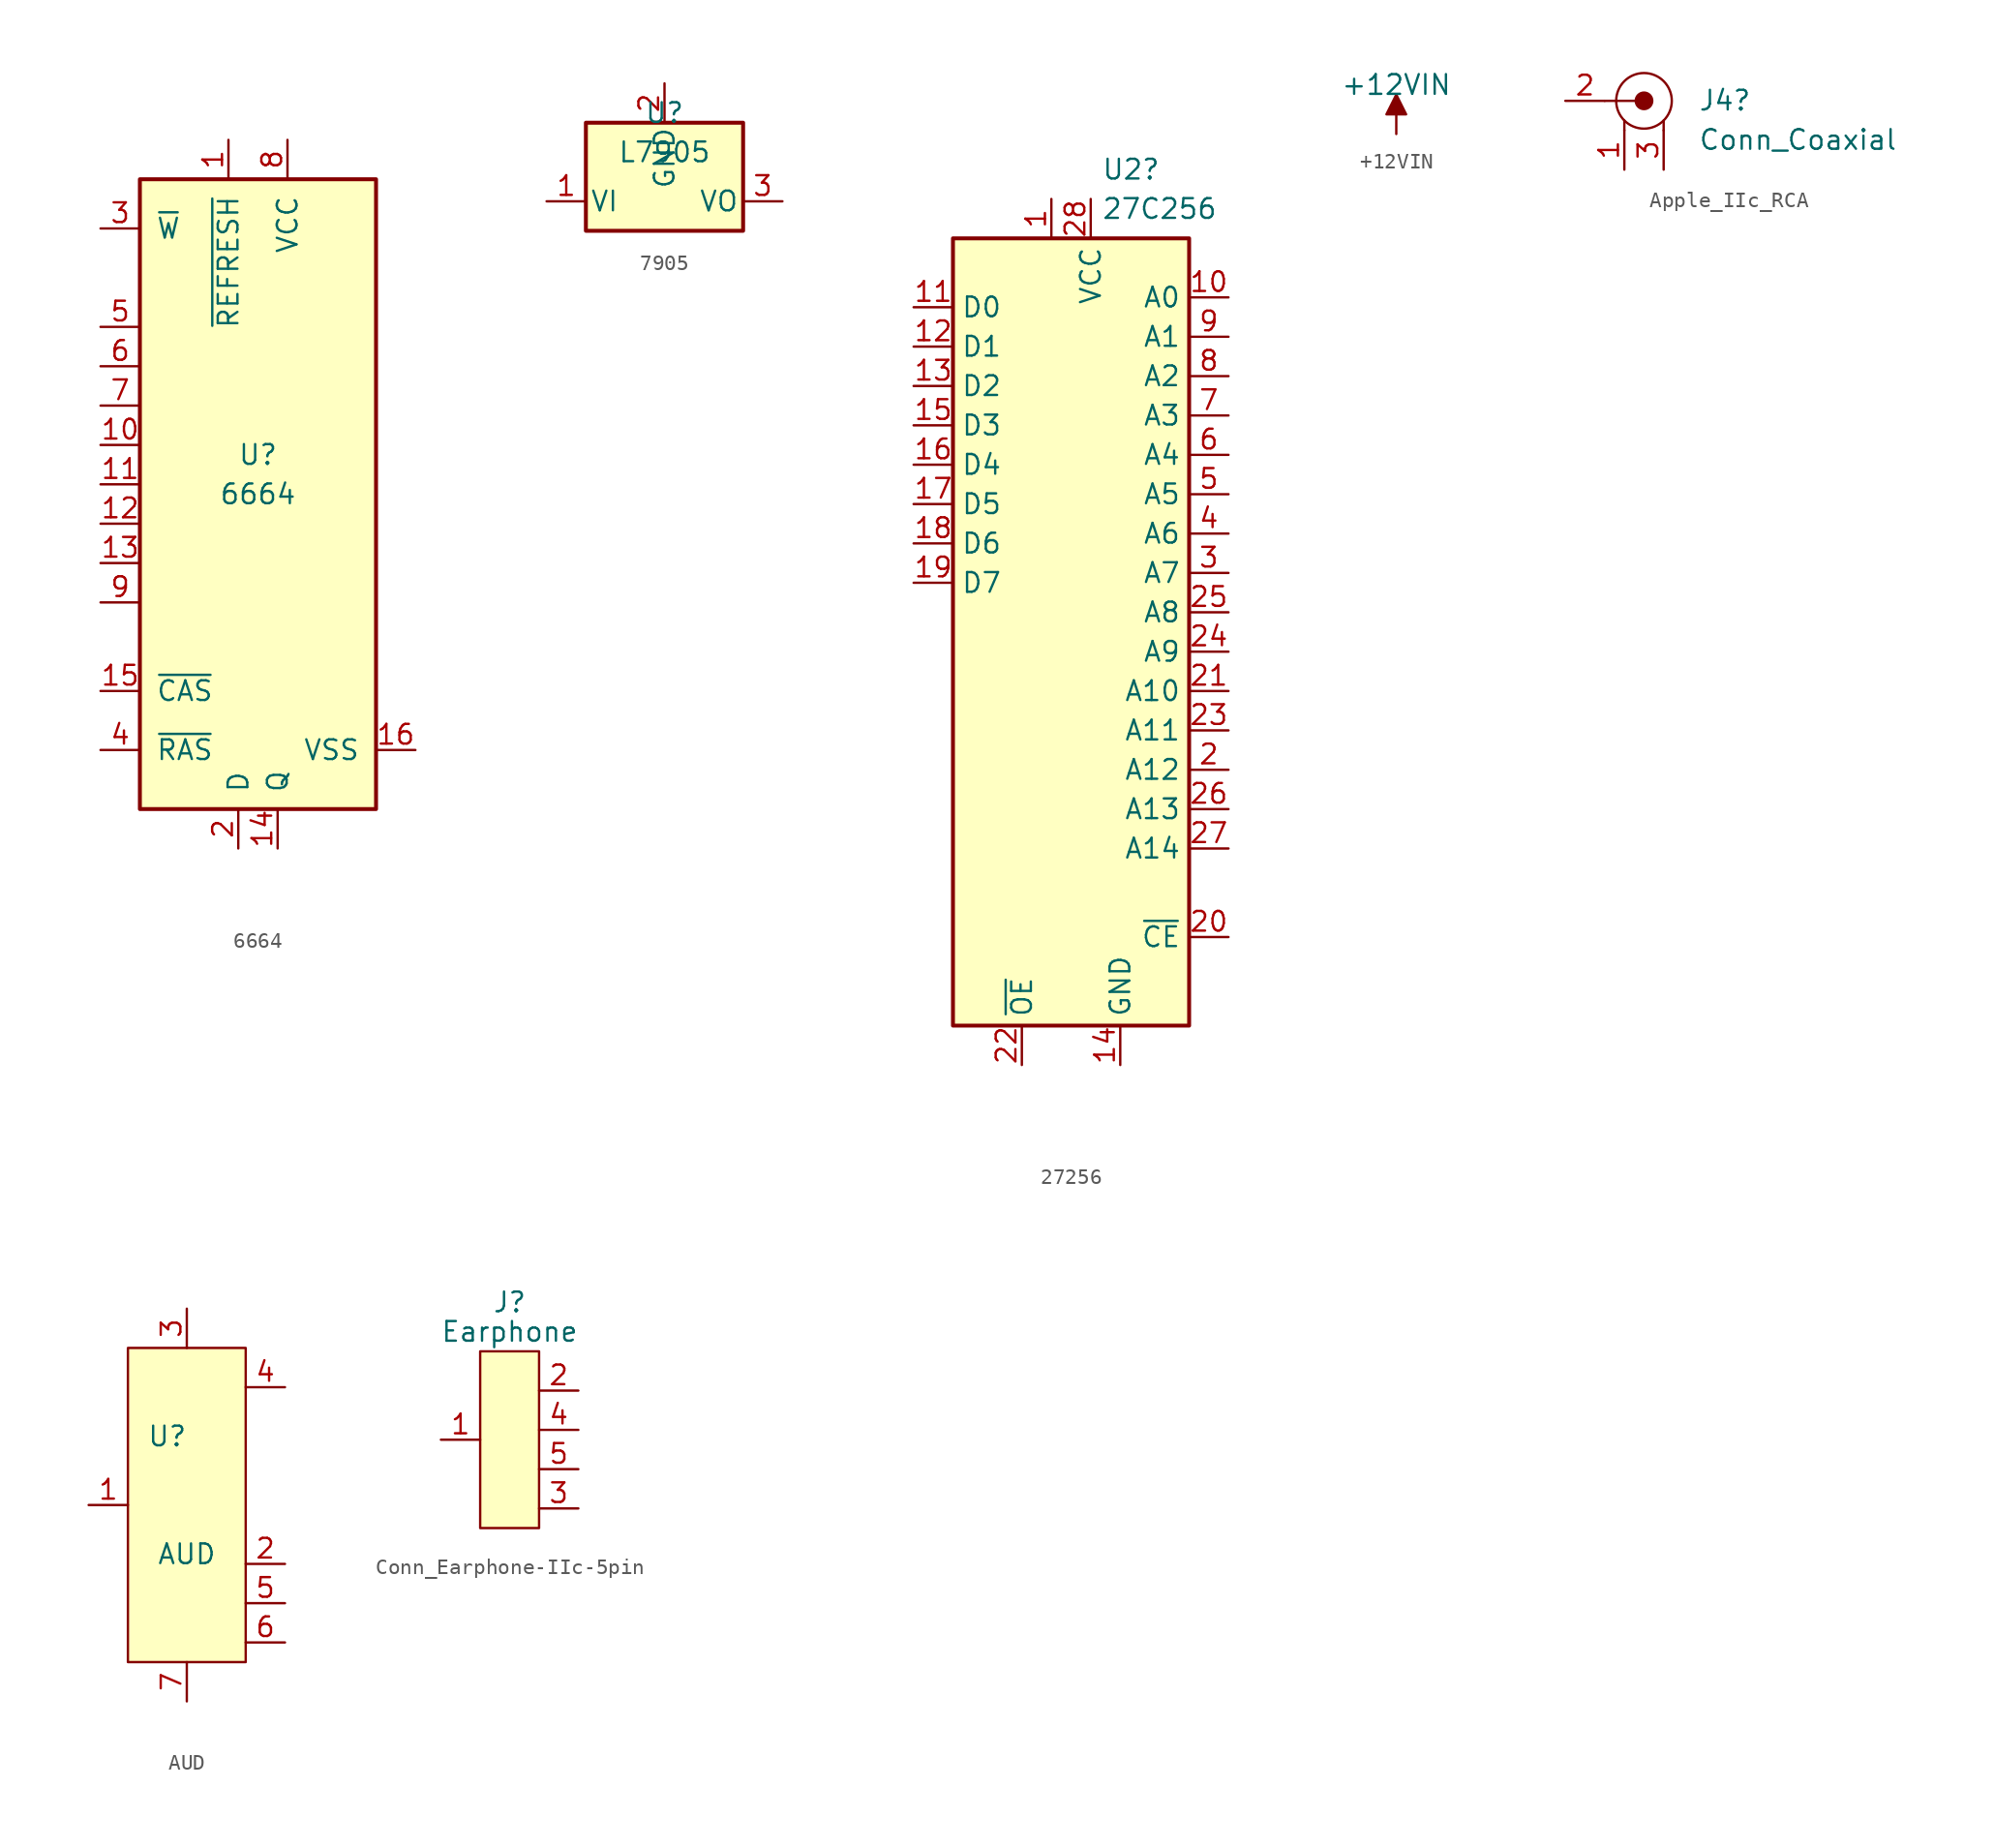
<source format=kicad_sym>
(kicad_symbol_lib
  (version 20220914)
  (generator kicad_symbol_editor)
  (symbol "6664"
    (pin_names
      (offset 1.016))
    (property "Reference" "U"
      (at 0 2.54 0)
      (effects (font (size 1.27 1.27))))
    (property "Value" "6664"
      (at 0 0 0)
      (effects (font (size 1.27 1.27))))
    (symbol "6664_0_1"
      (rectangle (start -7.62 20.32) (end 7.62 -20.32) (stroke (width 0.254) (type solid)) (fill (type background))))
    (symbol "6664_1_1"
      (pin input line (at -1.905 22.86 270) (length 2.54) (name "~{REFRESH}" (effects (font (size 1.27 1.27)))) (number "1" (effects (font (size 1.27 1.27)))))
      (pin input line (at -10.16 3.175 0) (length 2.54) (name "~" (effects (font (size 1.27 1.27)))) (number "10" (effects (font (size 1.27 1.27)))))
      (pin input line (at -10.16 0.635 0) (length 2.54) (name "~" (effects (font (size 1.27 1.27)))) (number "11" (effects (font (size 1.27 1.27)))))
      (pin input line (at -10.16 -1.905 0) (length 2.54) (name "~" (effects (font (size 1.27 1.27)))) (number "12" (effects (font (size 1.27 1.27)))))
      (pin input line (at -10.16 -4.445 0) (length 2.54) (name "~" (effects (font (size 1.27 1.27)))) (number "13" (effects (font (size 1.27 1.27)))))
      (pin input line (at 1.27 -22.86 90) (length 2.54) (name "Q" (effects (font (size 1.27 1.27)))) (number "14" (effects (font (size 1.27 1.27)))))
      (pin input line (at -10.16 -12.7 0) (length 2.54) (name "~{CAS}" (effects (font (size 1.27 1.27)))) (number "15" (effects (font (size 1.27 1.27)))))
      (pin input line (at 10.16 -16.51 180) (length 2.54) (name "VSS" (effects (font (size 1.27 1.27)))) (number "16" (effects (font (size 1.27 1.27)))))
      (pin input line (at -1.27 -22.86 90) (length 2.54) (name "D" (effects (font (size 1.27 1.27)))) (number "2" (effects (font (size 1.27 1.27)))))
      (pin input line (at -10.16 17.145 0) (length 2.54) (name "~{W}" (effects (font (size 1.27 1.27)))) (number "3" (effects (font (size 1.27 1.27)))))
      (pin input line (at -10.16 -16.51 0) (length 2.54) (name "~{RAS}" (effects (font (size 1.27 1.27)))) (number "4" (effects (font (size 1.27 1.27)))))
      (pin input line (at -10.16 10.795 0) (length 2.54) (name "~" (effects (font (size 1.27 1.27)))) (number "5" (effects (font (size 1.27 1.27)))))
      (pin input line (at -10.16 8.255 0) (length 2.54) (name "~" (effects (font (size 1.27 1.27)))) (number "6" (effects (font (size 1.27 1.27)))))
      (pin input line (at -10.16 5.715 0) (length 2.54) (name "~" (effects (font (size 1.27 1.27)))) (number "7" (effects (font (size 1.27 1.27)))))
      (pin input line (at 1.905 22.86 270) (length 2.54) (name "VCC" (effects (font (size 1.27 1.27)))) (number "8" (effects (font (size 1.27 1.27)))))
      (pin input line (at -10.16 -6.985 0) (length 2.54) (name "~" (effects (font (size 1.27 1.27)))) (number "9" (effects (font (size 1.27 1.27)))))))
  (symbol "7905"
    (pin_names
      (offset 0.254))
    (property "Reference" "U"
      (at 0 5.715 0)
      (effects (font (size 1.27 1.27))))
    (property "Value" "L7905"
      (at 0 3.175 0)
      (effects (font (size 1.27 1.27))))
    (symbol "7905_0_1"
      (rectangle (start -5.08 5.08) (end 5.08 -1.905) (stroke (width 0.254) (type default)) (fill (type background))))
    (symbol "7905_1_1"
      (pin power_in line (at -7.62 0 0) (length 2.54) (name "VI" (effects (font (size 1.27 1.27)))) (number "1" (effects (font (size 1.27 1.27)))))
      (pin power_in line (at 0 7.62 270) (length 2.54) (name "GND" (effects (font (size 1.27 1.27)))) (number "2" (effects (font (size 1.27 1.27)))))
      (pin power_out line (at 7.62 0 180) (length 2.54) (name "VO" (effects (font (size 1.27 1.27)))) (number "3" (effects (font (size 1.27 1.27)))))))
  (symbol "27256"
    (property "Reference" "U2"
      (at 1.956 29.845 0)
      (effects (font (size 1.27 1.27)) (justify left)))
    (property "Value" "27C256"
      (at 1.956 27.305 0)
      (effects (font (size 1.27 1.27)) (justify left)))
    (symbol "27256_1_1"
      (rectangle (start -7.62 25.4) (end 7.62 -25.4) (stroke (width 0.254) (type default)) (fill (type background)))
      (pin input line (at -1.27 27.94 270) (length 2.54) (name "" (effects (font (size 1.27 1.27)))) (number "1" (effects (font (size 1.27 1.27)))))
      (pin input line (at 10.16 21.59 180) (length 2.54) (name "A0" (effects (font (size 1.27 1.27)))) (number "10" (effects (font (size 1.27 1.27)))))
      (pin tri_state line (at -10.16 20.955 0) (length 2.54) (name "D0" (effects (font (size 1.27 1.27)))) (number "11" (effects (font (size 1.27 1.27)))))
      (pin tri_state line (at -10.16 18.415 0) (length 2.54) (name "D1" (effects (font (size 1.27 1.27)))) (number "12" (effects (font (size 1.27 1.27)))))
      (pin tri_state line (at -10.16 15.875 0) (length 2.54) (name "D2" (effects (font (size 1.27 1.27)))) (number "13" (effects (font (size 1.27 1.27)))))
      (pin power_in line (at 3.175 -27.94 90) (length 2.54) (name "GND" (effects (font (size 1.27 1.27)))) (number "14" (effects (font (size 1.27 1.27)))))
      (pin tri_state line (at -10.16 13.335 0) (length 2.54) (name "D3" (effects (font (size 1.27 1.27)))) (number "15" (effects (font (size 1.27 1.27)))))
      (pin tri_state line (at -10.16 10.795 0) (length 2.54) (name "D4" (effects (font (size 1.27 1.27)))) (number "16" (effects (font (size 1.27 1.27)))))
      (pin tri_state line (at -10.16 8.255 0) (length 2.54) (name "D5" (effects (font (size 1.27 1.27)))) (number "17" (effects (font (size 1.27 1.27)))))
      (pin tri_state line (at -10.16 5.715 0) (length 2.54) (name "D6" (effects (font (size 1.27 1.27)))) (number "18" (effects (font (size 1.27 1.27)))))
      (pin tri_state line (at -10.16 3.175 0) (length 2.54) (name "D7" (effects (font (size 1.27 1.27)))) (number "19" (effects (font (size 1.27 1.27)))))
      (pin input line (at 10.16 -8.89 180) (length 2.54) (name "A12" (effects (font (size 1.27 1.27)))) (number "2" (effects (font (size 1.27 1.27)))))
      (pin input line (at 10.16 -19.685 180) (length 2.54) (name "~{CE}" (effects (font (size 1.27 1.27)))) (number "20" (effects (font (size 1.27 1.27)))))
      (pin input line (at 10.16 -3.81 180) (length 2.54) (name "A10" (effects (font (size 1.27 1.27)))) (number "21" (effects (font (size 1.27 1.27)))))
      (pin input line (at -3.175 -27.94 90) (length 2.54) (name "~{OE}" (effects (font (size 1.27 1.27)))) (number "22" (effects (font (size 1.27 1.27)))))
      (pin input line (at 10.16 -6.35 180) (length 2.54) (name "A11" (effects (font (size 1.27 1.27)))) (number "23" (effects (font (size 1.27 1.27)))))
      (pin input line (at 10.16 -1.27 180) (length 2.54) (name "A9" (effects (font (size 1.27 1.27)))) (number "24" (effects (font (size 1.27 1.27)))))
      (pin input line (at 10.16 1.27 180) (length 2.54) (name "A8" (effects (font (size 1.27 1.27)))) (number "25" (effects (font (size 1.27 1.27)))))
      (pin input line (at 10.16 -11.43 180) (length 2.54) (name "A13" (effects (font (size 1.27 1.27)))) (number "26" (effects (font (size 1.27 1.27)))))
      (pin input line (at 10.16 -13.97 180) (length 2.54) (name "A14" (effects (font (size 1.27 1.27)))) (number "27" (effects (font (size 1.27 1.27)))))
      (pin power_in line (at 1.27 27.94 270) (length 2.54) (name "VCC" (effects (font (size 1.27 1.27)))) (number "28" (effects (font (size 1.27 1.27)))))
      (pin input line (at 10.16 3.81 180) (length 2.54) (name "A7" (effects (font (size 1.27 1.27)))) (number "3" (effects (font (size 1.27 1.27)))))
      (pin input line (at 10.16 6.35 180) (length 2.54) (name "A6" (effects (font (size 1.27 1.27)))) (number "4" (effects (font (size 1.27 1.27)))))
      (pin input line (at 10.16 8.89 180) (length 2.54) (name "A5" (effects (font (size 1.27 1.27)))) (number "5" (effects (font (size 1.27 1.27)))))
      (pin input line (at 10.16 11.43 180) (length 2.54) (name "A4" (effects (font (size 1.27 1.27)))) (number "6" (effects (font (size 1.27 1.27)))))
      (pin input line (at 10.16 13.97 180) (length 2.54) (name "A3" (effects (font (size 1.27 1.27)))) (number "7" (effects (font (size 1.27 1.27)))))
      (pin input line (at 10.16 16.51 180) (length 2.54) (name "A2" (effects (font (size 1.27 1.27)))) (number "8" (effects (font (size 1.27 1.27)))))
      (pin input line (at 10.16 19.05 180) (length 2.54) (name "A1" (effects (font (size 1.27 1.27)))) (number "9" (effects (font (size 1.27 1.27)))))))
  (symbol "+12VIN"
    (power)
    (pin_names
      (offset 0))
    (property "Reference" "#PWR039"
      (at 0 -3.81 0)
      (effects (font (size 1.27 1.27)) hide))
    (property "Value" "+12VIN"
      (at 0 3.175 0)
      (effects (font (size 1.27 1.27))))
    (symbol "+12VIN_0_1"
      (polyline (pts (xy 0 0) (xy 0 2.54)) (stroke (width 0) (type default)) (fill (type none)))
      (polyline (pts (xy -0.635 1.27) (xy 0 2.54) (xy 0.635 1.27) (xy -0.635 1.27)) (stroke (width 0) (type default)) (fill (type outline))))
    (symbol "+12VIN_1_1"
      (pin power_in line (at 0 0 90) (length 0) hide (name "+12VIN" (effects (font (size 1.27 1.27)))) (number "1" (effects (font (size 1.27 1.27)))))))
  (symbol "Apple_IIc_RCA"
    (pin_names
      (offset 1.016) hide)
    (property "Reference" "J4"
      (at 3.493 0.024 0)
      (effects (font (size 1.27 1.27)) (justify left)))
    (property "Value" "Conn_Coaxial"
      (at 3.493 -2.516 0)
      (effects (font (size 1.27 1.27)) (justify left)))
    (symbol "Apple_IIc_RCA_0_1"
      (polyline (pts (xy -2.54 0) (xy -0.508 0)) (stroke (width 0) (type default)) (fill (type none)))
      (polyline (pts (xy -1.27 -1.905) (xy -1.27 -1.27)) (stroke (width 0) (type default)) (fill (type none)))
      (polyline (pts (xy 1.27 -1.905) (xy 1.27 -1.27)) (stroke (width 0) (type default)) (fill (type none)))
      (circle (center 0 0) (radius 0.508) (stroke (width 0.203) (type default)) (fill (type outline)))
      (circle (center 0 0) (radius 1.796) (stroke (width 0) (type default)) (fill (type none))))
    (symbol "Apple_IIc_RCA_1_1"
      (pin passive line (at -1.27 -4.445 90) (length 2.54) (name "In" (effects (font (size 1.27 1.27)))) (number "1" (effects (font (size 1.27 1.27)))))
      (pin passive line (at -5.08 0 0) (length 2.54) (name "Ext" (effects (font (size 1.27 1.27)))) (number "2" (effects (font (size 1.27 1.27)))))
      (pin passive line (at 1.27 -4.445 90) (length 2.54) (name "Ext" (effects (font (size 1.27 1.27)))) (number "3" (effects (font (size 1.27 1.27)))))))
  (symbol "AUD"
    (property "Reference" "U"
      (at -1.27 4.445 0)
      (effects (font (size 1.27 1.27))))
    (property "Value" "AUD"
      (at 0 -3.175 0)
      (effects (font (size 1.27 1.27))))
    (symbol "AUD_0_0"
      (pin input line (at -6.35 0 0) (length 2.54) (name "" (effects (font (size 1.27 1.27)))) (number "1" (effects (font (size 1.27 1.27)))))
      (pin output line (at 6.35 -3.81 180) (length 2.54) (name "" (effects (font (size 1.27 1.27)))) (number "2" (effects (font (size 1.27 1.27)))))
      (pin power_in line (at 0 12.7 270) (length 2.54) (name "" (effects (font (size 1.27 1.27)))) (number "3" (effects (font (size 1.27 1.27)))))
      (pin input line (at 6.35 7.62 180) (length 2.54) (name "" (effects (font (size 1.27 1.27)))) (number "4" (effects (font (size 1.27 1.27)))))
      (pin output line (at 6.35 -6.35 180) (length 2.54) (name "" (effects (font (size 1.27 1.27)))) (number "5" (effects (font (size 1.27 1.27)))))
      (pin output line (at 6.35 -8.89 180) (length 2.54) (name "" (effects (font (size 1.27 1.27)))) (number "6" (effects (font (size 1.27 1.27)))))
      (pin power_in line (at 0 -12.7 90) (length 2.54) (name "" (effects (font (size 1.27 1.27)))) (number "7" (effects (font (size 1.27 1.27))))))
    (symbol "AUD_0_1"
      (rectangle (start -3.81 10.16) (end 3.81 -10.16) (stroke (width 0) (type default)) (fill (type background)))))
  (symbol "Conn_Earphone-IIc-5pin"
    (property "Reference" "J"
      (at 0 8.89 0)
      (effects (font (size 1.27 1.27))))
    (property "Value" "Earphone"
      (at 0 6.985 0)
      (effects (font (size 1.27 1.27))))
    (symbol "Conn_Earphone-IIc-5pin_0_0"
      (pin passive line (at -4.445 0 0) (length 2.54) (name "" (effects (font (size 1.27 1.27)))) (number "1" (effects (font (size 1.27 1.27)))))
      (pin passive line (at 4.445 3.175 180) (length 2.54) (name "" (effects (font (size 1.27 1.27)))) (number "2" (effects (font (size 1.27 1.27)))))
      (pin passive line (at 4.445 -4.445 180) (length 2.54) (name "" (effects (font (size 1.27 1.27)))) (number "3" (effects (font (size 1.27 1.27)))))
      (pin passive line (at 4.445 0.635 180) (length 2.54) (name "" (effects (font (size 1.27 1.27)))) (number "4" (effects (font (size 1.27 1.27)))))
      (pin passive line (at 4.445 -1.905 180) (length 2.54) (name "" (effects (font (size 1.27 1.27)))) (number "5" (effects (font (size 1.27 1.27))))))
    (symbol "Conn_Earphone-IIc-5pin_0_1"
      (rectangle (start -1.905 5.715) (end 1.905 -5.715) (stroke (width 0) (type default)) (fill (type background))))))
</source>
